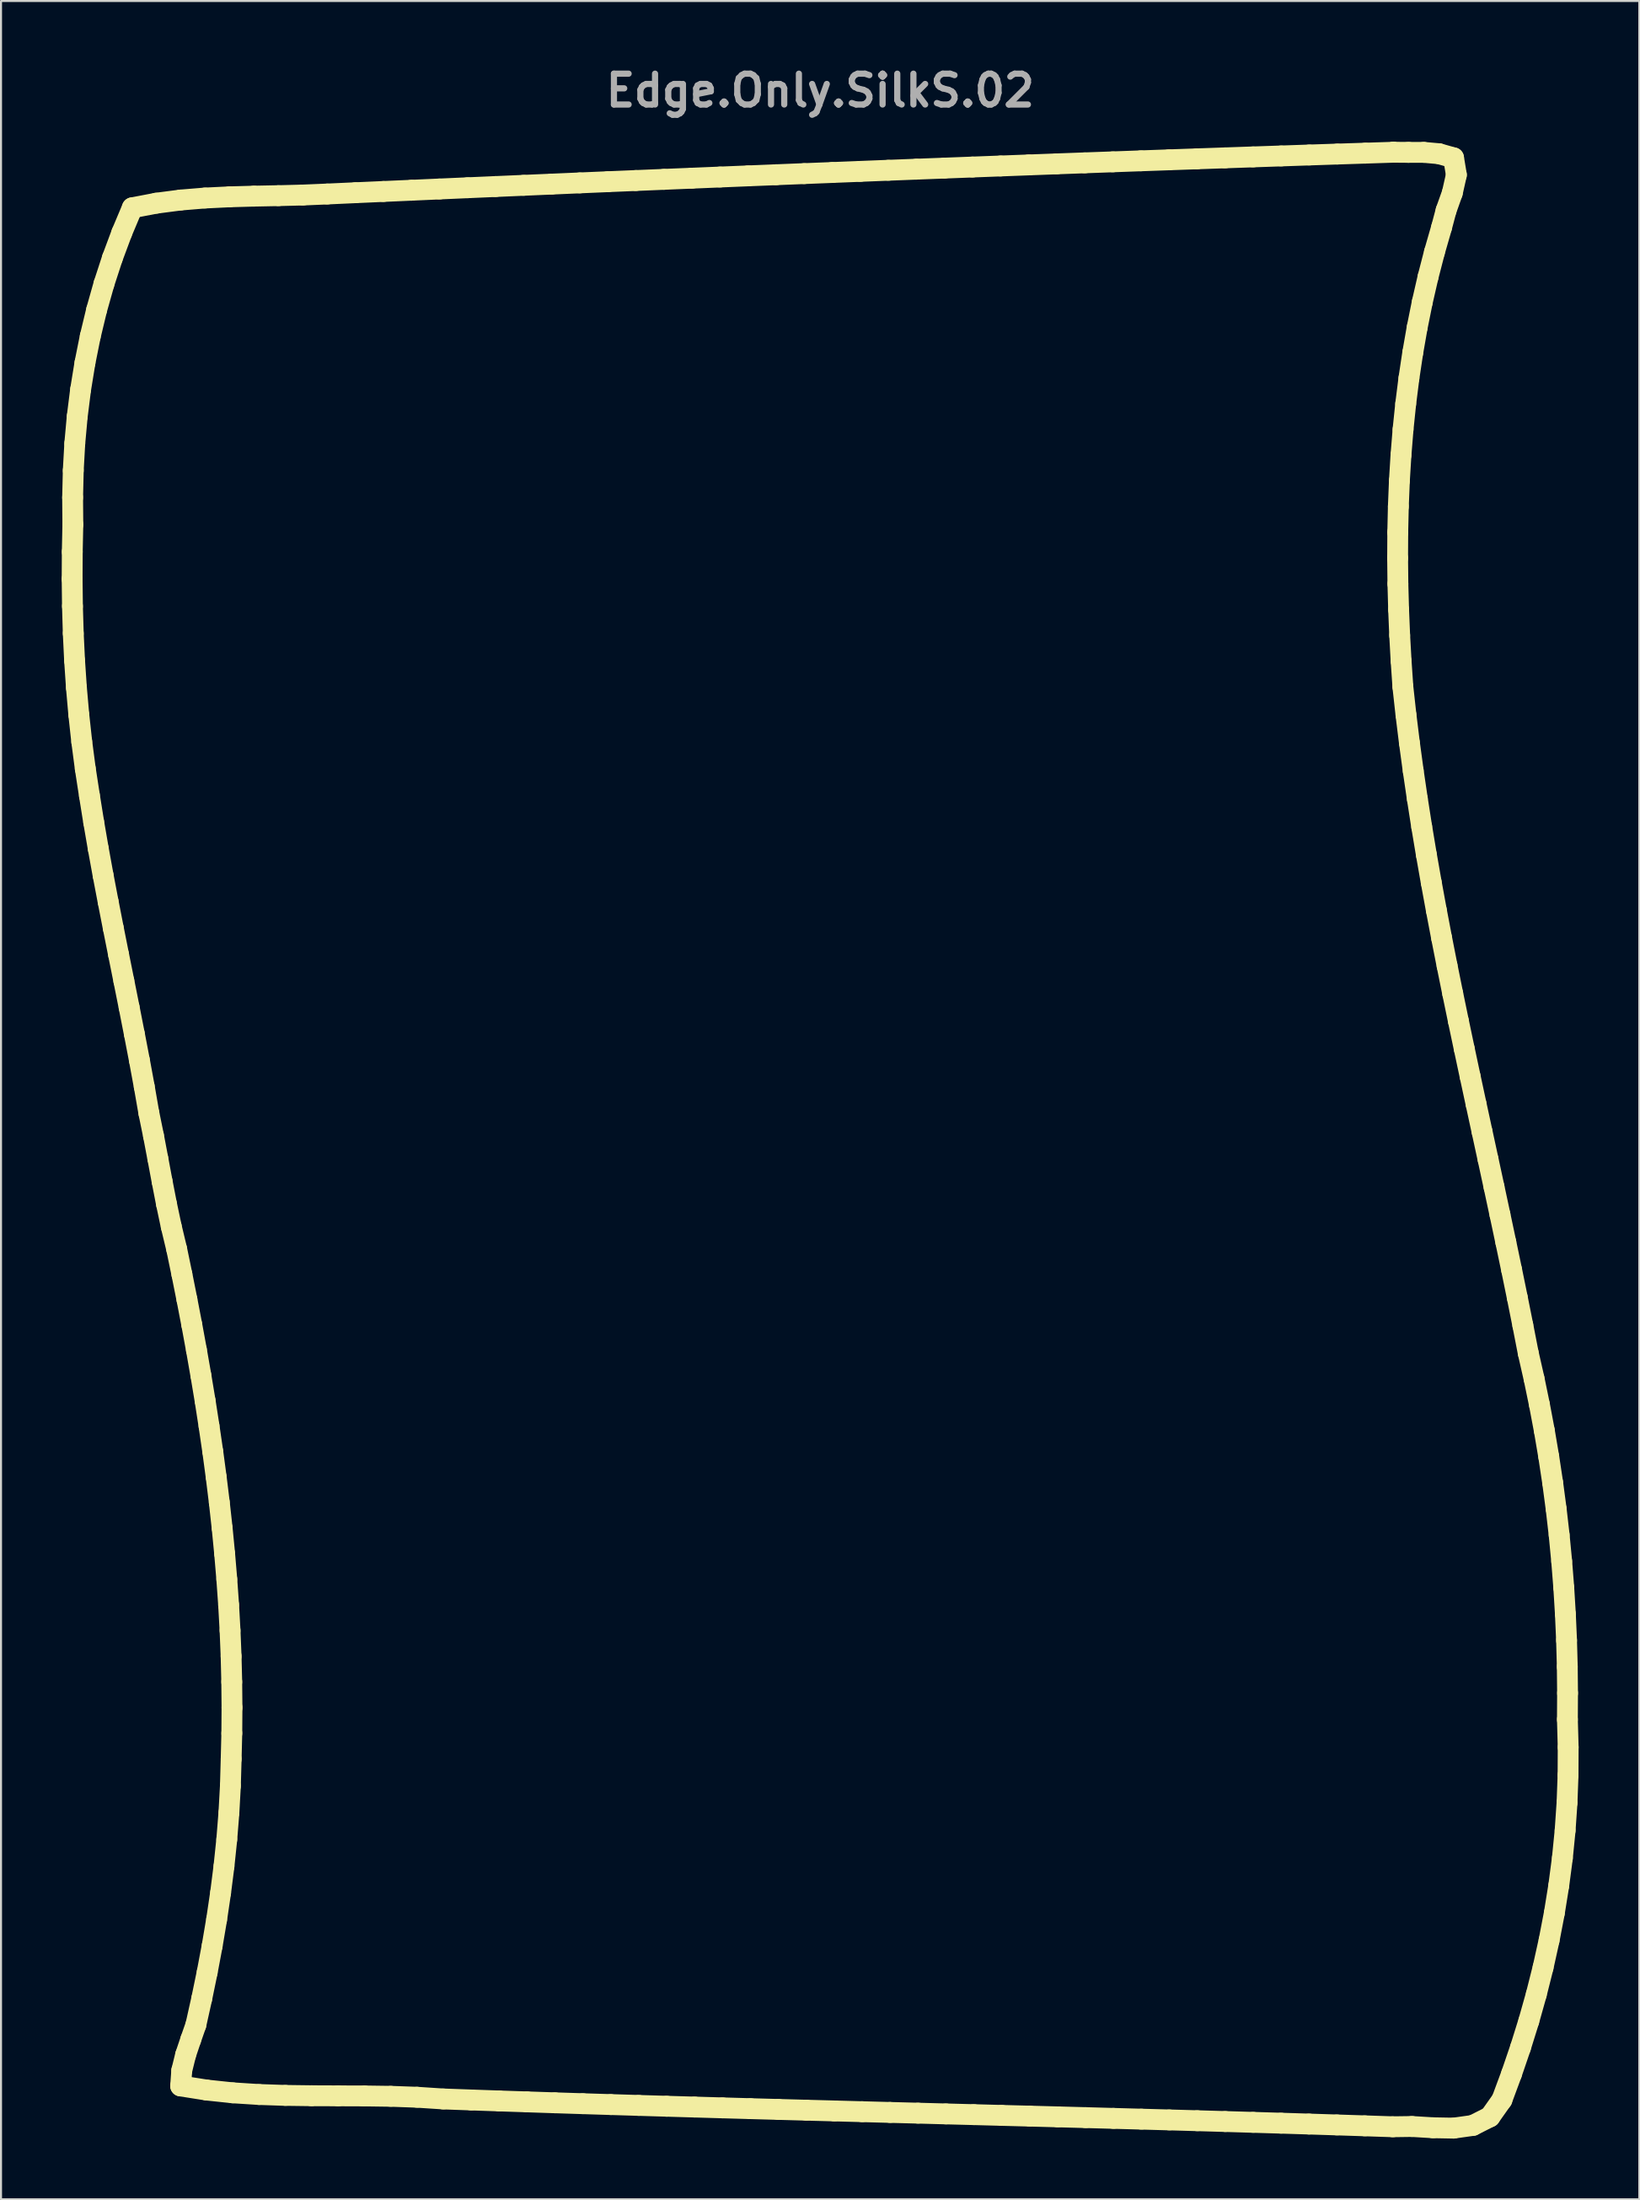
<source format=kicad_pcb>
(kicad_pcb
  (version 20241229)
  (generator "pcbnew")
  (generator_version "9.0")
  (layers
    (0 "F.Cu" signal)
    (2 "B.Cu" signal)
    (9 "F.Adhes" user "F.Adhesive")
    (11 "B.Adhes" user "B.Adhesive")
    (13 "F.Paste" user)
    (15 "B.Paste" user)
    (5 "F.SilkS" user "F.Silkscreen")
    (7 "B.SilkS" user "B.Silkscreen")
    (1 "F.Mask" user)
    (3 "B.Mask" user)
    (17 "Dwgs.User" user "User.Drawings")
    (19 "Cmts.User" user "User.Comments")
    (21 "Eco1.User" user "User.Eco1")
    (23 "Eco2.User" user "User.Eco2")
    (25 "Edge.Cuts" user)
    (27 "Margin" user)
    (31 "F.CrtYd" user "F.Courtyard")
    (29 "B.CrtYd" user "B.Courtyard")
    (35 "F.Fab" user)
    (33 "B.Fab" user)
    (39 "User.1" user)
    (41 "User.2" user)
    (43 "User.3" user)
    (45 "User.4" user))
  (footprint "Edge.Only.SilkS.02"
    (layer "F.Cu")
    (at 37.498 53.313)
    (property "Reference" "Edge.Only.SilkS.02" (at 0 -51.887 0) (layer "F.Fab") (effects (font (size 1.524 1.524) (thickness 0.305))))
    (attr smd)
    (fp_line (start -36.982 -27.745) (end -36.966 -26.4) (stroke (width 1.031) (type solid)) (layer "F.SilkS"))
    (fp_line (start -36.975 -29.088) (end -36.982 -27.745) (stroke (width 1.031) (type solid)) (layer "F.SilkS"))
    (fp_line (start -36.966 -26.4) (end -36.926 -25.057) (stroke (width 1.031) (type solid)) (layer "F.SilkS"))
    (fp_line (start -36.958 -31.772) (end -36.947 -30.433) (stroke (width 1.031) (type solid)) (layer "F.SilkS"))
    (fp_line (start -36.947 -30.433) (end -36.975 -29.088) (stroke (width 1.031) (type solid)) (layer "F.SilkS"))
    (fp_line (start -36.926 -33.11) (end -36.958 -31.772) (stroke (width 1.031) (type solid)) (layer "F.SilkS"))
    (fp_line (start -36.926 -25.057) (end -36.861 -23.714) (stroke (width 1.031) (type solid)) (layer "F.SilkS"))
    (fp_line (start -36.861 -23.714) (end -36.77 -22.373) (stroke (width 1.031) (type solid)) (layer "F.SilkS"))
    (fp_line (start -36.851 -34.447) (end -36.926 -33.11) (stroke (width 1.031) (type solid)) (layer "F.SilkS"))
    (fp_line (start -36.77 -22.373) (end -36.652 -21.034) (stroke (width 1.031) (type solid)) (layer "F.SilkS"))
    (fp_line (start -36.73 -35.78) (end -36.851 -34.447) (stroke (width 1.031) (type solid)) (layer "F.SilkS"))
    (fp_line (start -36.652 -21.034) (end -36.506 -19.697) (stroke (width 1.031) (type solid)) (layer "F.SilkS"))
    (fp_line (start -36.563 -37.108) (end -36.73 -35.78) (stroke (width 1.031) (type solid)) (layer "F.SilkS"))
    (fp_line (start -36.506 -19.697) (end -36.331 -18.366) (stroke (width 1.031) (type solid)) (layer "F.SilkS"))
    (fp_line (start -36.348 -38.429) (end -36.563 -37.108) (stroke (width 1.031) (type solid)) (layer "F.SilkS"))
    (fp_line (start -36.331 -18.366) (end -36.126 -17.036) (stroke (width 1.031) (type solid)) (layer "F.SilkS"))
    (fp_line (start -36.126 -17.036) (end -35.915 -15.72) (stroke (width 1.031) (type solid)) (layer "F.SilkS"))
    (fp_line (start -36.085 -39.742) (end -36.348 -38.429) (stroke (width 1.031) (type solid)) (layer "F.SilkS"))
    (fp_line (start -35.915 -15.72) (end -35.689 -14.41) (stroke (width 1.031) (type solid)) (layer "F.SilkS"))
    (fp_line (start -35.772 -41.043) (end -36.085 -39.742) (stroke (width 1.031) (type solid)) (layer "F.SilkS"))
    (fp_line (start -35.689 -14.41) (end -35.451 -13.1) (stroke (width 1.031) (type solid)) (layer "F.SilkS"))
    (fp_line (start -35.451 -13.1) (end -35.202 -11.794) (stroke (width 1.031) (type solid)) (layer "F.SilkS"))
    (fp_line (start -35.409 -42.331) (end -35.772 -41.043) (stroke (width 1.031) (type solid)) (layer "F.SilkS"))
    (fp_line (start -35.202 -11.794) (end -34.947 -10.487) (stroke (width 1.031) (type solid)) (layer "F.SilkS"))
    (fp_line (start -34.994 -43.604) (end -35.409 -42.331) (stroke (width 1.031) (type solid)) (layer "F.SilkS"))
    (fp_line (start -34.947 -10.487) (end -34.687 -9.182) (stroke (width 1.031) (type solid)) (layer "F.SilkS"))
    (fp_line (start -34.687 -9.182) (end -34.425 -7.878) (stroke (width 1.031) (type solid)) (layer "F.SilkS"))
    (fp_line (start -34.527 -44.857) (end -34.994 -43.604) (stroke (width 1.031) (type solid)) (layer "F.SilkS"))
    (fp_line (start -34.425 -7.878) (end -34.164 -6.572) (stroke (width 1.031) (type solid)) (layer "F.SilkS"))
    (fp_line (start -34.164 -6.572) (end -33.908 -5.267) (stroke (width 1.031) (type solid)) (layer "F.SilkS"))
    (fp_line (start -34.007 -46.093) (end -34.527 -44.857) (stroke (width 1.031) (type solid)) (layer "F.SilkS"))
    (fp_line (start -33.908 -5.267) (end -33.657 -3.96) (stroke (width 1.031) (type solid)) (layer "F.SilkS"))
    (fp_line (start -33.657 -3.96) (end -33.416 -2.652) (stroke (width 1.031) (type solid)) (layer "F.SilkS"))
    (fp_line (start -33.416 -2.652) (end -33.187 -1.34) (stroke (width 1.031) (type solid)) (layer "F.SilkS"))
    (fp_line (start -33.187 -1.34) (end -32.958 -0.219) (stroke (width 1.031) (type solid)) (layer "F.SilkS"))
    (fp_line (start -32.958 -0.219) (end -32.745 0.903) (stroke (width 1.031) (type solid)) (layer "F.SilkS"))
    (fp_line (start -32.819 -46.32) (end -34.007 -46.093) (stroke (width 1.031) (type solid)) (layer "F.SilkS"))
    (fp_line (start -32.745 0.903) (end -32.535 2.026) (stroke (width 1.031) (type solid)) (layer "F.SilkS"))
    (fp_line (start -32.535 2.026) (end -32.317 3.148) (stroke (width 1.031) (type solid)) (layer "F.SilkS"))
    (fp_line (start -32.317 3.148) (end -32.081 4.264) (stroke (width 1.031) (type solid)) (layer "F.SilkS"))
    (fp_line (start -32.081 4.264) (end -31.814 5.377) (stroke (width 1.031) (type solid)) (layer "F.SilkS"))
    (fp_line (start -31.814 5.377) (end -31.556 6.621) (stroke (width 1.031) (type solid)) (layer "F.SilkS"))
    (fp_line (start -31.62 -46.476) (end -32.819 -46.32) (stroke (width 1.031) (type solid)) (layer "F.SilkS"))
    (fp_line (start -31.617 46.741) (end -30.331 46.944) (stroke (width 1.031) (type solid)) (layer "F.SilkS"))
    (fp_line (start -31.563 45.979) (end -31.617 46.741) (stroke (width 1.031) (type solid)) (layer "F.SilkS"))
    (fp_line (start -31.556 6.621) (end -31.307 7.867) (stroke (width 1.031) (type solid)) (layer "F.SilkS"))
    (fp_line (start -31.371 45.202) (end -31.563 45.979) (stroke (width 1.031) (type solid)) (layer "F.SilkS"))
    (fp_line (start -31.307 7.867) (end -31.067 9.114) (stroke (width 1.031) (type solid)) (layer "F.SilkS"))
    (fp_line (start -31.119 44.452) (end -31.371 45.202) (stroke (width 1.031) (type solid)) (layer "F.SilkS"))
    (fp_line (start -31.067 9.114) (end -30.837 10.364) (stroke (width 1.031) (type solid)) (layer "F.SilkS"))
    (fp_line (start -30.864 43.721) (end -31.119 44.452) (stroke (width 1.031) (type solid)) (layer "F.SilkS"))
    (fp_line (start -30.837 10.364) (end -30.618 11.615) (stroke (width 1.031) (type solid)) (layer "F.SilkS"))
    (fp_line (start -30.618 11.615) (end -30.409 12.868) (stroke (width 1.031) (type solid)) (layer "F.SilkS"))
    (fp_line (start -30.575 42.426) (end -30.864 43.721) (stroke (width 1.031) (type solid)) (layer "F.SilkS"))
    (fp_line (start -30.416 -46.575) (end -31.62 -46.476) (stroke (width 1.031) (type solid)) (layer "F.SilkS"))
    (fp_line (start -30.409 12.868) (end -30.214 14.124) (stroke (width 1.031) (type solid)) (layer "F.SilkS"))
    (fp_line (start -30.331 46.944) (end -29.038 47.081) (stroke (width 1.031) (type solid)) (layer "F.SilkS"))
    (fp_line (start -30.306 41.124) (end -30.575 42.426) (stroke (width 1.031) (type solid)) (layer "F.SilkS"))
    (fp_line (start -30.214 14.124) (end -30.03 15.381) (stroke (width 1.031) (type solid)) (layer "F.SilkS"))
    (fp_line (start -30.06 39.819) (end -30.306 41.124) (stroke (width 1.031) (type solid)) (layer "F.SilkS"))
    (fp_line (start -30.03 15.381) (end -29.861 16.64) (stroke (width 1.031) (type solid)) (layer "F.SilkS"))
    (fp_line (start -29.861 16.64) (end -29.706 17.901) (stroke (width 1.031) (type solid)) (layer "F.SilkS"))
    (fp_line (start -29.838 38.509) (end -30.06 39.819) (stroke (width 1.031) (type solid)) (layer "F.SilkS"))
    (fp_line (start -29.706 17.901) (end -29.566 19.164) (stroke (width 1.031) (type solid)) (layer "F.SilkS"))
    (fp_line (start -29.643 37.196) (end -29.838 38.509) (stroke (width 1.031) (type solid)) (layer "F.SilkS"))
    (fp_line (start -29.566 19.164) (end -29.443 20.428) (stroke (width 1.031) (type solid)) (layer "F.SilkS"))
    (fp_line (start -29.475 35.878) (end -29.643 37.196) (stroke (width 1.031) (type solid)) (layer "F.SilkS"))
    (fp_line (start -29.443 20.428) (end -29.336 21.694) (stroke (width 1.031) (type solid)) (layer "F.SilkS"))
    (fp_line (start -29.337 34.557) (end -29.475 35.878) (stroke (width 1.031) (type solid)) (layer "F.SilkS"))
    (fp_line (start -29.336 21.694) (end -29.246 22.961) (stroke (width 1.031) (type solid)) (layer "F.SilkS"))
    (fp_line (start -29.246 22.961) (end -29.175 24.229) (stroke (width 1.031) (type solid)) (layer "F.SilkS"))
    (fp_line (start -29.231 33.233) (end -29.337 34.557) (stroke (width 1.031) (type solid)) (layer "F.SilkS"))
    (fp_line (start -29.205 -46.634) (end -30.416 -46.575) (stroke (width 1.031) (type solid)) (layer "F.SilkS"))
    (fp_line (start -29.175 24.229) (end -29.123 25.499) (stroke (width 1.031) (type solid)) (layer "F.SilkS"))
    (fp_line (start -29.158 31.907) (end -29.231 33.233) (stroke (width 1.031) (type solid)) (layer "F.SilkS"))
    (fp_line (start -29.123 25.499) (end -29.091 26.768) (stroke (width 1.031) (type solid)) (layer "F.SilkS"))
    (fp_line (start -29.12 30.579) (end -29.158 31.907) (stroke (width 1.031) (type solid)) (layer "F.SilkS"))
    (fp_line (start -29.091 26.768) (end -29.079 28.039) (stroke (width 1.031) (type solid)) (layer "F.SilkS"))
    (fp_line (start -29.088 29.308) (end -29.12 30.579) (stroke (width 1.031) (type solid)) (layer "F.SilkS"))
    (fp_line (start -29.079 28.039) (end -29.088 29.308) (stroke (width 1.031) (type solid)) (layer "F.SilkS"))
    (fp_line (start -29.038 47.081) (end -27.741 47.164) (stroke (width 1.031) (type solid)) (layer "F.SilkS"))
    (fp_line (start -27.996 -46.668) (end -29.205 -46.634) (stroke (width 1.031) (type solid)) (layer "F.SilkS"))
    (fp_line (start -27.741 47.164) (end -26.439 47.208) (stroke (width 1.031) (type solid)) (layer "F.SilkS"))
    (fp_line (start -26.786 -46.692) (end -27.996 -46.668) (stroke (width 1.031) (type solid)) (layer "F.SilkS"))
    (fp_line (start -26.439 47.208) (end -25.139 47.225) (stroke (width 1.031) (type solid)) (layer "F.SilkS"))
    (fp_line (start -25.575 -46.723) (end -26.786 -46.692) (stroke (width 1.031) (type solid)) (layer "F.SilkS"))
    (fp_line (start -25.139 47.225) (end -23.836 47.23) (stroke (width 1.031) (type solid)) (layer "F.SilkS"))
    (fp_line (start -24.367 -46.774) (end -25.575 -46.723) (stroke (width 1.031) (type solid)) (layer "F.SilkS"))
    (fp_line (start -23.836 47.23) (end -22.535 47.235) (stroke (width 1.031) (type solid)) (layer "F.SilkS"))
    (fp_line (start -22.981 -46.837) (end -24.367 -46.774) (stroke (width 1.031) (type solid)) (layer "F.SilkS"))
    (fp_line (start -22.535 47.235) (end -21.234 47.253) (stroke (width 1.031) (type solid)) (layer "F.SilkS"))
    (fp_line (start -21.594 -46.899) (end -22.981 -46.837) (stroke (width 1.031) (type solid)) (layer "F.SilkS"))
    (fp_line (start -21.234 47.253) (end -19.933 47.299) (stroke (width 1.031) (type solid)) (layer "F.SilkS"))
    (fp_line (start -20.207 -46.96) (end -21.594 -46.899) (stroke (width 1.031) (type solid)) (layer "F.SilkS"))
    (fp_line (start -19.933 47.299) (end -18.635 47.384) (stroke (width 1.031) (type solid)) (layer "F.SilkS"))
    (fp_line (start -18.821 -47.022) (end -20.207 -46.96) (stroke (width 1.031) (type solid)) (layer "F.SilkS"))
    (fp_line (start -18.635 47.384) (end -17.255 47.434) (stroke (width 1.031) (type solid)) (layer "F.SilkS"))
    (fp_line (start -17.434 -47.083) (end -18.821 -47.022) (stroke (width 1.031) (type solid)) (layer "F.SilkS"))
    (fp_line (start -17.255 47.434) (end -15.874 47.482) (stroke (width 1.031) (type solid)) (layer "F.SilkS"))
    (fp_line (start -16.047 -47.143) (end -17.434 -47.083) (stroke (width 1.031) (type solid)) (layer "F.SilkS"))
    (fp_line (start -15.874 47.482) (end -14.494 47.528) (stroke (width 1.031) (type solid)) (layer "F.SilkS"))
    (fp_line (start -14.661 -47.203) (end -16.047 -47.143) (stroke (width 1.031) (type solid)) (layer "F.SilkS"))
    (fp_line (start -14.494 47.528) (end -13.113 47.574) (stroke (width 1.031) (type solid)) (layer "F.SilkS"))
    (fp_line (start -13.274 -47.263) (end -14.661 -47.203) (stroke (width 1.031) (type solid)) (layer "F.SilkS"))
    (fp_line (start -13.113 47.574) (end -11.733 47.618) (stroke (width 1.031) (type solid)) (layer "F.SilkS"))
    (fp_line (start -11.887 -47.323) (end -13.274 -47.263) (stroke (width 1.031) (type solid)) (layer "F.SilkS"))
    (fp_line (start -11.733 47.618) (end -10.352 47.661) (stroke (width 1.031) (type solid)) (layer "F.SilkS"))
    (fp_line (start -10.501 -47.382) (end -11.887 -47.323) (stroke (width 1.031) (type solid)) (layer "F.SilkS"))
    (fp_line (start -10.352 47.661) (end -8.972 47.703) (stroke (width 1.031) (type solid)) (layer "F.SilkS"))
    (fp_line (start -9.114 -47.44) (end -10.501 -47.382) (stroke (width 1.031) (type solid)) (layer "F.SilkS"))
    (fp_line (start -8.972 47.703) (end -7.591 47.744) (stroke (width 1.031) (type solid)) (layer "F.SilkS"))
    (fp_line (start -7.727 -47.498) (end -9.114 -47.44) (stroke (width 1.031) (type solid)) (layer "F.SilkS"))
    (fp_line (start -7.591 47.744) (end -6.21 47.784) (stroke (width 1.031) (type solid)) (layer "F.SilkS"))
    (fp_line (start -6.34 -47.556) (end -7.727 -47.498) (stroke (width 1.031) (type solid)) (layer "F.SilkS"))
    (fp_line (start -6.21 47.784) (end -4.83 47.824) (stroke (width 1.031) (type solid)) (layer "F.SilkS"))
    (fp_line (start -4.953 -47.613) (end -6.34 -47.556) (stroke (width 1.031) (type solid)) (layer "F.SilkS"))
    (fp_line (start -4.83 47.824) (end -3.449 47.863) (stroke (width 1.031) (type solid)) (layer "F.SilkS"))
    (fp_line (start -3.566 -47.67) (end -4.953 -47.613) (stroke (width 1.031) (type solid)) (layer "F.SilkS"))
    (fp_line (start -3.449 47.863) (end -2.068 47.901) (stroke (width 1.031) (type solid)) (layer "F.SilkS"))
    (fp_line (start -2.179 -47.726) (end -3.566 -47.67) (stroke (width 1.031) (type solid)) (layer "F.SilkS"))
    (fp_line (start -2.068 47.901) (end -0.688 47.939) (stroke (width 1.031) (type solid)) (layer "F.SilkS"))
    (fp_line (start -0.792 -47.782) (end -2.179 -47.726) (stroke (width 1.031) (type solid)) (layer "F.SilkS"))
    (fp_line (start -0.688 47.939) (end 0.693 47.976) (stroke (width 1.031) (type solid)) (layer "F.SilkS"))
    (fp_line (start 0.594 -47.837) (end -0.792 -47.782) (stroke (width 1.031) (type solid)) (layer "F.SilkS"))
    (fp_line (start 0.693 47.976) (end 2.074 48.013) (stroke (width 1.031) (type solid)) (layer "F.SilkS"))
    (fp_line (start 1.981 -47.892) (end 0.594 -47.837) (stroke (width 1.031) (type solid)) (layer "F.SilkS"))
    (fp_line (start 2.074 48.013) (end 3.454 48.05) (stroke (width 1.031) (type solid)) (layer "F.SilkS"))
    (fp_line (start 3.368 -47.947) (end 1.981 -47.892) (stroke (width 1.031) (type solid)) (layer "F.SilkS"))
    (fp_line (start 3.454 48.05) (end 4.835 48.086) (stroke (width 1.031) (type solid)) (layer "F.SilkS"))
    (fp_line (start 4.755 -48.001) (end 3.368 -47.947) (stroke (width 1.031) (type solid)) (layer "F.SilkS"))
    (fp_line (start 4.835 48.086) (end 6.216 48.123) (stroke (width 1.031) (type solid)) (layer "F.SilkS"))
    (fp_line (start 6.142 -48.054) (end 4.755 -48.001) (stroke (width 1.031) (type solid)) (layer "F.SilkS"))
    (fp_line (start 6.216 48.123) (end 7.596 48.159) (stroke (width 1.031) (type solid)) (layer "F.SilkS"))
    (fp_line (start 7.529 -48.107) (end 6.142 -48.054) (stroke (width 1.031) (type solid)) (layer "F.SilkS"))
    (fp_line (start 7.596 48.159) (end 8.977 48.196) (stroke (width 1.031) (type solid)) (layer "F.SilkS"))
    (fp_line (start 8.916 -48.159) (end 7.529 -48.107) (stroke (width 1.031) (type solid)) (layer "F.SilkS"))
    (fp_line (start 8.977 48.196) (end 10.358 48.232) (stroke (width 1.031) (type solid)) (layer "F.SilkS"))
    (fp_line (start 10.303 -48.211) (end 8.916 -48.159) (stroke (width 1.031) (type solid)) (layer "F.SilkS"))
    (fp_line (start 10.358 48.232) (end 11.738 48.269) (stroke (width 1.031) (type solid)) (layer "F.SilkS"))
    (fp_line (start 11.69 -48.263) (end 10.303 -48.211) (stroke (width 1.031) (type solid)) (layer "F.SilkS"))
    (fp_line (start 11.738 48.269) (end 13.119 48.306) (stroke (width 1.031) (type solid)) (layer "F.SilkS"))
    (fp_line (start 13.078 -48.314) (end 11.69 -48.263) (stroke (width 1.031) (type solid)) (layer "F.SilkS"))
    (fp_line (start 13.119 48.306) (end 14.499 48.344) (stroke (width 1.031) (type solid)) (layer "F.SilkS"))
    (fp_line (start 14.465 -48.364) (end 13.078 -48.314) (stroke (width 1.031) (type solid)) (layer "F.SilkS"))
    (fp_line (start 14.499 48.344) (end 15.88 48.382) (stroke (width 1.031) (type solid)) (layer "F.SilkS"))
    (fp_line (start 15.852 -48.414) (end 14.465 -48.364) (stroke (width 1.031) (type solid)) (layer "F.SilkS"))
    (fp_line (start 15.88 48.382) (end 17.261 48.42) (stroke (width 1.031) (type solid)) (layer "F.SilkS"))
    (fp_line (start 17.239 -48.463) (end 15.852 -48.414) (stroke (width 1.031) (type solid)) (layer "F.SilkS"))
    (fp_line (start 17.261 48.42) (end 18.642 48.459) (stroke (width 1.031) (type solid)) (layer "F.SilkS"))
    (fp_line (start 18.626 -48.512) (end 17.239 -48.463) (stroke (width 1.031) (type solid)) (layer "F.SilkS"))
    (fp_line (start 18.642 48.459) (end 20.022 48.499) (stroke (width 1.031) (type solid)) (layer "F.SilkS"))
    (fp_line (start 20.014 -48.56) (end 18.626 -48.512) (stroke (width 1.031) (type solid)) (layer "F.SilkS"))
    (fp_line (start 20.022 48.499) (end 21.403 48.54) (stroke (width 1.031) (type solid)) (layer "F.SilkS"))
    (fp_line (start 21.401 -48.608) (end 20.014 -48.56) (stroke (width 1.031) (type solid)) (layer "F.SilkS"))
    (fp_line (start 21.403 48.54) (end 22.783 48.581) (stroke (width 1.031) (type solid)) (layer "F.SilkS"))
    (fp_line (start 22.783 48.581) (end 24.163 48.624) (stroke (width 1.031) (type solid)) (layer "F.SilkS"))
    (fp_line (start 22.788 -48.655) (end 21.401 -48.608) (stroke (width 1.031) (type solid)) (layer "F.SilkS"))
    (fp_line (start 24.163 48.624) (end 25.544 48.668) (stroke (width 1.031) (type solid)) (layer "F.SilkS"))
    (fp_line (start 24.176 -48.702) (end 22.788 -48.655) (stroke (width 1.031) (type solid)) (layer "F.SilkS"))
    (fp_line (start 25.544 48.668) (end 26.924 48.712) (stroke (width 1.031) (type solid)) (layer "F.SilkS"))
    (fp_line (start 25.563 -48.748) (end 24.176 -48.702) (stroke (width 1.031) (type solid)) (layer "F.SilkS"))
    (fp_line (start 26.924 48.712) (end 28.305 48.758) (stroke (width 1.031) (type solid)) (layer "F.SilkS"))
    (fp_line (start 26.95 -48.793) (end 25.563 -48.748) (stroke (width 1.031) (type solid)) (layer "F.SilkS"))
    (fp_line (start 28.305 48.758) (end 29.253 48.745) (stroke (width 1.031) (type solid)) (layer "F.SilkS"))
    (fp_line (start 28.337 -48.838) (end 28.337 -48.838) (stroke (width 1.031) (type solid)) (layer "F.SilkS"))
    (fp_line (start 28.337 -48.838) (end 26.95 -48.793) (stroke (width 1.031) (type solid)) (layer "F.SilkS"))
    (fp_line (start 28.546 -28.779) (end 28.553 -30.052) (stroke (width 1.031) (type solid)) (layer "F.SilkS"))
    (fp_line (start 28.553 -30.052) (end 28.582 -31.326) (stroke (width 1.031) (type solid)) (layer "F.SilkS"))
    (fp_line (start 28.56 -27.505) (end 28.546 -28.779) (stroke (width 1.031) (type solid)) (layer "F.SilkS"))
    (fp_line (start 28.582 -31.326) (end 28.634 -32.598) (stroke (width 1.031) (type solid)) (layer "F.SilkS"))
    (fp_line (start 28.595 -26.232) (end 28.56 -27.505) (stroke (width 1.031) (type solid)) (layer "F.SilkS"))
    (fp_line (start 28.634 -32.598) (end 28.712 -33.869) (stroke (width 1.031) (type solid)) (layer "F.SilkS"))
    (fp_line (start 28.648 -24.96) (end 28.595 -26.232) (stroke (width 1.031) (type solid)) (layer "F.SilkS"))
    (fp_line (start 28.712 -33.869) (end 28.815 -35.138) (stroke (width 1.031) (type solid)) (layer "F.SilkS"))
    (fp_line (start 28.719 -23.688) (end 28.648 -24.96) (stroke (width 1.031) (type solid)) (layer "F.SilkS"))
    (fp_line (start 28.806 -22.418) (end 28.719 -23.688) (stroke (width 1.031) (type solid)) (layer "F.SilkS"))
    (fp_line (start 28.815 -35.138) (end 28.946 -36.405) (stroke (width 1.031) (type solid)) (layer "F.SilkS"))
    (fp_line (start 28.946 -36.405) (end 29.105 -37.669) (stroke (width 1.031) (type solid)) (layer "F.SilkS"))
    (fp_line (start 28.959 -21.029) (end 28.806 -22.418) (stroke (width 1.031) (type solid)) (layer "F.SilkS"))
    (fp_line (start 29.084 -48.832) (end 28.337 -48.838) (stroke (width 1.031) (type solid)) (layer "F.SilkS"))
    (fp_line (start 29.105 -37.669) (end 29.294 -38.928) (stroke (width 1.031) (type solid)) (layer "F.SilkS"))
    (fp_line (start 29.13 -19.643) (end 28.959 -21.029) (stroke (width 1.031) (type solid)) (layer "F.SilkS"))
    (fp_line (start 29.253 48.745) (end 30.291 48.807) (stroke (width 1.031) (type solid)) (layer "F.SilkS"))
    (fp_line (start 29.294 -38.928) (end 29.514 -40.183) (stroke (width 1.031) (type solid)) (layer "F.SilkS"))
    (fp_line (start 29.318 -18.259) (end 29.13 -19.643) (stroke (width 1.031) (type solid)) (layer "F.SilkS"))
    (fp_line (start 29.514 -40.183) (end 29.765 -41.43) (stroke (width 1.031) (type solid)) (layer "F.SilkS"))
    (fp_line (start 29.521 -16.877) (end 29.318 -18.259) (stroke (width 1.031) (type solid)) (layer "F.SilkS"))
    (fp_line (start 29.737 -15.497) (end 29.521 -16.877) (stroke (width 1.031) (type solid)) (layer "F.SilkS"))
    (fp_line (start 29.765 -41.43) (end 30.05 -42.672) (stroke (width 1.031) (type solid)) (layer "F.SilkS"))
    (fp_line (start 29.841 -48.832) (end 29.084 -48.832) (stroke (width 1.031) (type solid)) (layer "F.SilkS"))
    (fp_line (start 29.967 -14.12) (end 29.737 -15.497) (stroke (width 1.031) (type solid)) (layer "F.SilkS"))
    (fp_line (start 30.05 -42.672) (end 30.368 -43.904) (stroke (width 1.031) (type solid)) (layer "F.SilkS"))
    (fp_line (start 30.209 -12.744) (end 29.967 -14.12) (stroke (width 1.031) (type solid)) (layer "F.SilkS"))
    (fp_line (start 30.291 48.807) (end 31.314 48.826) (stroke (width 1.031) (type solid)) (layer "F.SilkS"))
    (fp_line (start 30.368 -43.904) (end 30.721 -45.129) (stroke (width 1.031) (type solid)) (layer "F.SilkS"))
    (fp_line (start 30.461 -11.37) (end 30.209 -12.744) (stroke (width 1.031) (type solid)) (layer "F.SilkS"))
    (fp_line (start 30.592 -48.765) (end 29.841 -48.832) (stroke (width 1.031) (type solid)) (layer "F.SilkS"))
    (fp_line (start 30.721 -45.129) (end 30.942 -45.96) (stroke (width 1.031) (type solid)) (layer "F.SilkS"))
    (fp_line (start 30.722 -9.998) (end 30.461 -11.37) (stroke (width 1.031) (type solid)) (layer "F.SilkS"))
    (fp_line (start 30.942 -45.96) (end 31.25 -46.827) (stroke (width 1.031) (type solid)) (layer "F.SilkS"))
    (fp_line (start 30.992 -8.627) (end 30.722 -9.998) (stroke (width 1.031) (type solid)) (layer "F.SilkS"))
    (fp_line (start 31.25 -46.827) (end 31.451 -47.72) (stroke (width 1.031) (type solid)) (layer "F.SilkS"))
    (fp_line (start 31.269 -7.258) (end 30.992 -8.627) (stroke (width 1.031) (type solid)) (layer "F.SilkS"))
    (fp_line (start 31.311 -48.562) (end 30.592 -48.765) (stroke (width 1.031) (type solid)) (layer "F.SilkS"))
    (fp_line (start 31.314 48.826) (end 32.267 48.692) (stroke (width 1.031) (type solid)) (layer "F.SilkS"))
    (fp_line (start 31.451 -47.72) (end 31.311 -48.562) (stroke (width 1.031) (type solid)) (layer "F.SilkS"))
    (fp_line (start 31.552 -5.89) (end 31.269 -7.258) (stroke (width 1.031) (type solid)) (layer "F.SilkS"))
    (fp_line (start 31.84 -4.523) (end 31.552 -5.89) (stroke (width 1.031) (type solid)) (layer "F.SilkS"))
    (fp_line (start 32.131 -3.157) (end 31.84 -4.523) (stroke (width 1.031) (type solid)) (layer "F.SilkS"))
    (fp_line (start 32.267 48.692) (end 33.108 48.268) (stroke (width 1.031) (type solid)) (layer "F.SilkS"))
    (fp_line (start 32.425 -1.792) (end 32.131 -3.157) (stroke (width 1.031) (type solid)) (layer "F.SilkS"))
    (fp_line (start 32.721 -0.426) (end 32.425 -1.792) (stroke (width 1.031) (type solid)) (layer "F.SilkS"))
    (fp_line (start 33.017 0.939) (end 32.721 -0.426) (stroke (width 1.031) (type solid)) (layer "F.SilkS"))
    (fp_line (start 33.108 48.268) (end 33.702 47.428) (stroke (width 1.031) (type solid)) (layer "F.SilkS"))
    (fp_line (start 33.312 2.304) (end 33.017 0.939) (stroke (width 1.031) (type solid)) (layer "F.SilkS"))
    (fp_line (start 33.605 3.67) (end 33.312 2.304) (stroke (width 1.031) (type solid)) (layer "F.SilkS"))
    (fp_line (start 33.702 47.428) (end 34.179 46.141) (stroke (width 1.031) (type solid)) (layer "F.SilkS"))
    (fp_line (start 33.895 5.036) (end 33.605 3.67) (stroke (width 1.031) (type solid)) (layer "F.SilkS"))
    (fp_line (start 34.179 46.141) (end 34.622 44.843) (stroke (width 1.031) (type solid)) (layer "F.SilkS"))
    (fp_line (start 34.182 6.404) (end 33.895 5.036) (stroke (width 1.031) (type solid)) (layer "F.SilkS"))
    (fp_line (start 34.462 7.772) (end 34.182 6.404) (stroke (width 1.031) (type solid)) (layer "F.SilkS"))
    (fp_line (start 34.622 44.843) (end 35.031 43.532) (stroke (width 1.031) (type solid)) (layer "F.SilkS"))
    (fp_line (start 34.736 9.142) (end 34.462 7.772) (stroke (width 1.031) (type solid)) (layer "F.SilkS"))
    (fp_line (start 35.003 10.513) (end 34.736 9.142) (stroke (width 1.031) (type solid)) (layer "F.SilkS"))
    (fp_line (start 35.031 43.532) (end 35.403 42.212) (stroke (width 1.031) (type solid)) (layer "F.SilkS"))
    (fp_line (start 35.292 11.786) (end 35.003 10.513) (stroke (width 1.031) (type solid)) (layer "F.SilkS"))
    (fp_line (start 35.403 42.212) (end 35.738 40.881) (stroke (width 1.031) (type solid)) (layer "F.SilkS"))
    (fp_line (start 35.556 13.063) (end 35.292 11.786) (stroke (width 1.031) (type solid)) (layer "F.SilkS"))
    (fp_line (start 35.738 40.881) (end 36.035 39.541) (stroke (width 1.031) (type solid)) (layer "F.SilkS"))
    (fp_line (start 35.798 14.345) (end 35.556 13.063) (stroke (width 1.031) (type solid)) (layer "F.SilkS"))
    (fp_line (start 36.016 15.631) (end 35.798 14.345) (stroke (width 1.031) (type solid)) (layer "F.SilkS"))
    (fp_line (start 36.035 39.541) (end 36.294 38.193) (stroke (width 1.031) (type solid)) (layer "F.SilkS"))
    (fp_line (start 36.211 16.921) (end 36.016 15.631) (stroke (width 1.031) (type solid)) (layer "F.SilkS"))
    (fp_line (start 36.294 38.193) (end 36.512 36.838) (stroke (width 1.031) (type solid)) (layer "F.SilkS"))
    (fp_line (start 36.383 18.214) (end 36.211 16.921) (stroke (width 1.031) (type solid)) (layer "F.SilkS"))
    (fp_line (start 36.512 36.838) (end 36.691 35.478) (stroke (width 1.031) (type solid)) (layer "F.SilkS"))
    (fp_line (start 36.532 19.511) (end 36.383 18.214) (stroke (width 1.031) (type solid)) (layer "F.SilkS"))
    (fp_line (start 36.657 20.809) (end 36.532 19.511) (stroke (width 1.031) (type solid)) (layer "F.SilkS"))
    (fp_line (start 36.691 35.478) (end 36.827 34.113) (stroke (width 1.031) (type solid)) (layer "F.SilkS"))
    (fp_line (start 36.76 22.109) (end 36.657 20.809) (stroke (width 1.031) (type solid)) (layer "F.SilkS"))
    (fp_line (start 36.827 34.113) (end 36.921 32.744) (stroke (width 1.031) (type solid)) (layer "F.SilkS"))
    (fp_line (start 36.84 23.412) (end 36.76 22.109) (stroke (width 1.031) (type solid)) (layer "F.SilkS"))
    (fp_line (start 36.898 24.714) (end 36.84 23.412) (stroke (width 1.031) (type solid)) (layer "F.SilkS"))
    (fp_line (start 36.921 32.744) (end 36.972 31.372) (stroke (width 1.031) (type solid)) (layer "F.SilkS"))
    (fp_line (start 36.934 26.019) (end 36.898 24.714) (stroke (width 1.031) (type solid)) (layer "F.SilkS"))
    (fp_line (start 36.94 28.628) (end 36.947 27.323) (stroke (width 1.031) (type solid)) (layer "F.SilkS"))
    (fp_line (start 36.947 27.323) (end 36.934 26.019) (stroke (width 1.031) (type solid)) (layer "F.SilkS"))
    (fp_line (start 36.972 31.372) (end 36.978 30.001) (stroke (width 1.031) (type solid)) (layer "F.SilkS"))
    (fp_line (start 36.978 30.001) (end 36.94 28.628) (stroke (width 1.031) (type solid)) (layer "F.SilkS")))
  (gr_rect
    (start -3 -3)
    (end 77.992 105.655)
    (stroke (width 0.1) (type default))
    (fill no)
    (layer "Edge.Cuts")))
</source>
